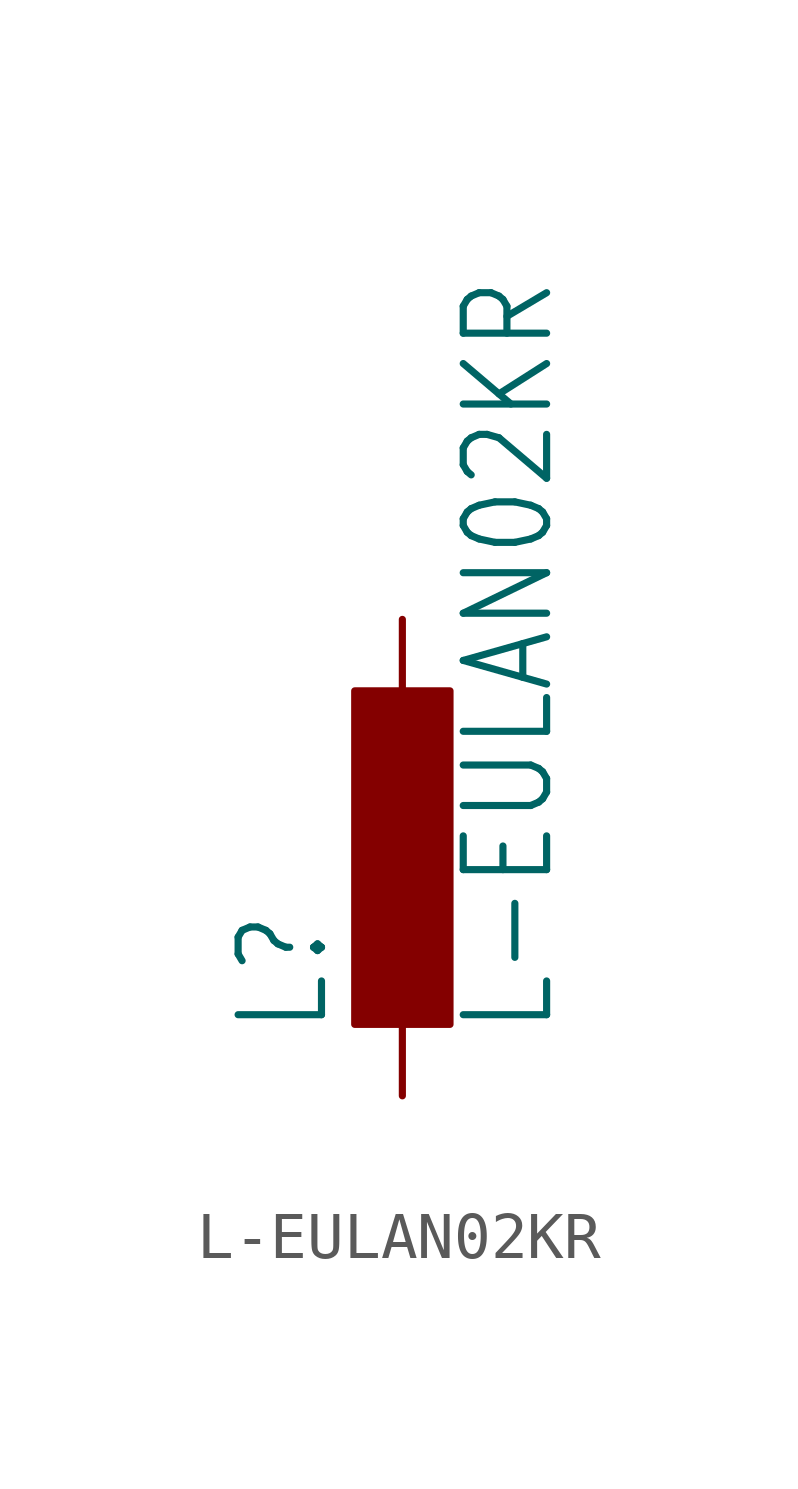
<source format=kicad_sym>
(kicad_symbol_lib
  (version 20211014)
  (generator kicad_symbol_editor)
  (symbol "L-EULAN02KR"
    (property "Reference" "L"
      (at -1.499 -3.81 90)
      (effects (font (size 1.778 1.511)) (justify left bottom)))
    (property "Value" "L-EULAN02KR"
      (at 3.302 -3.81 90)
      (effects (font (size 1.778 1.511)) (justify left bottom)))
    (property "ki_locked" ""
      (at 0 0 0)
      (effects (font (size 1.27 1.27))))
    (symbol "L-EULAN02KR_1_0"
      (rectangle (start -1.016 -3.556) (end 1.016 3.556) (stroke (width 0) (type default) (color 0 0 0 0)) (fill (type outline)))
      (pin passive line (at 0 5.08 270) (length 2.54) (name "1" (effects (font (size 0 0)))) (number "1" (effects (font (size 0 0)))))
      (pin passive line (at 0 -5.08 90) (length 2.54) (name "2" (effects (font (size 0 0)))) (number "2" (effects (font (size 0 0))))))))
</source>
